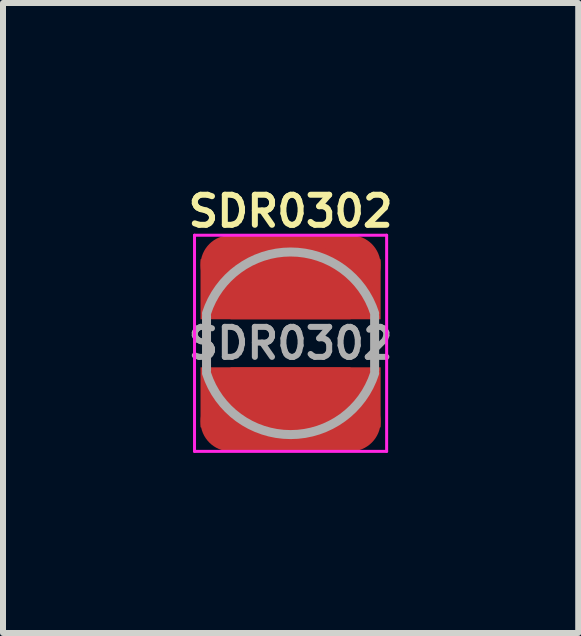
<source format=kicad_pcb>
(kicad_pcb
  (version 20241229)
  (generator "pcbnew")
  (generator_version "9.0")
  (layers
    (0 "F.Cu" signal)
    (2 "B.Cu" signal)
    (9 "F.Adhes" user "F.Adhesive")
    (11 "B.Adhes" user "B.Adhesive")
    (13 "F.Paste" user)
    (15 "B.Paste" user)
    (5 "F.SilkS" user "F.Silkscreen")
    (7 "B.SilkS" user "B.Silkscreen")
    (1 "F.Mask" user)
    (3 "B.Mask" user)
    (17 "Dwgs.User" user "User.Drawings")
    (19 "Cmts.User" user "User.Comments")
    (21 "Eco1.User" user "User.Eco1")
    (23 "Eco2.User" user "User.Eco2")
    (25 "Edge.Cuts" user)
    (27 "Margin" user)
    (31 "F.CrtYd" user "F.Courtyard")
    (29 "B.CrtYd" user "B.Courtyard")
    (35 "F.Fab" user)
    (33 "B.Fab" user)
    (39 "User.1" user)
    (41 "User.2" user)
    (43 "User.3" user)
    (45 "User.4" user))
  (footprint "SDR0302"
    (layer "F.Cu")
    (at 1.79 2.668)
    (property "Reference" "SDR0302" (at 0 -2.2 0) (layer "F.SilkS") (effects (font (size 0.5 0.5) (thickness 0.1))))
    (attr smd)
    (fp_line (start -1.6 -1.8) (end -1.6 1.8) (stroke (width 0.05) (type solid)) (layer "F.CrtYd"))
    (fp_line (start -1.6 1.8) (end 1.6 1.8) (stroke (width 0.05) (type solid)) (layer "F.CrtYd"))
    (fp_line (start 1.6 -1.8) (end -1.6 -1.8) (stroke (width 0.05) (type solid)) (layer "F.CrtYd"))
    (fp_line (start 1.6 1.8) (end 1.6 -1.8) (stroke (width 0.05) (type solid)) (layer "F.CrtYd"))
    (fp_line (start -1.4 0.45) (end -1.4 -0.45) (stroke (width 0.15) (type solid)) (layer "F.Fab"))
    (fp_line (start 1.4 -0.45) (end 1.4 0.45) (stroke (width 0.15) (type solid)) (layer "F.Fab"))
    (fp_arc (start -1.400295 -0.499077) (mid -0.000484 -1.520543) (end 1.399999 -0.499999) (stroke (width 0.15) (type solid)) (layer "F.Fab"))
    (fp_arc (start 1.400295 0.499077) (mid 0.000484 1.520543) (end -1.399999 0.499999) (stroke (width 0.15) (type solid)) (layer "F.Fab"))
    (fp_text user "${REFERENCE}" (at 0 0 0) (layer "F.Fab") (effects (font (size 0.5 0.5) (thickness 0.1))))
    (pad "1" smd circle (at -1 -1.3) (size 1 1) (layers "F.Cu" "F.Mask" "F.Paste"))
    (pad "1" smd rect (at 0 -1.1) (size 2 1.4) (layers "F.Cu" "F.Mask" "F.Paste"))
    (pad "1" smd rect (at 0 -0.9) (size 3 1) (layers "F.Cu" "F.Mask" "F.Paste"))
    (pad "1" smd circle (at 1 -1.3) (size 1 1) (layers "F.Cu" "F.Mask" "F.Paste"))
    (pad "2" smd circle (at -1 1.3) (size 1 1) (layers "F.Cu" "F.Mask" "F.Paste"))
    (pad "2" smd rect (at 0 0.9) (size 3 1) (layers "F.Cu" "F.Mask" "F.Paste"))
    (pad "2" smd rect (at 0 1.1) (size 2 1.4) (layers "F.Cu" "F.Mask" "F.Paste"))
    (pad "2" smd circle (at 1 1.3) (size 1 1) (layers "F.Cu" "F.Mask" "F.Paste")))
  (gr_rect
    (start -3 -3)
    (end 6.581 7.493)
    (stroke (width 0.1) (type default))
    (fill no)
    (layer "Edge.Cuts")))
</source>
